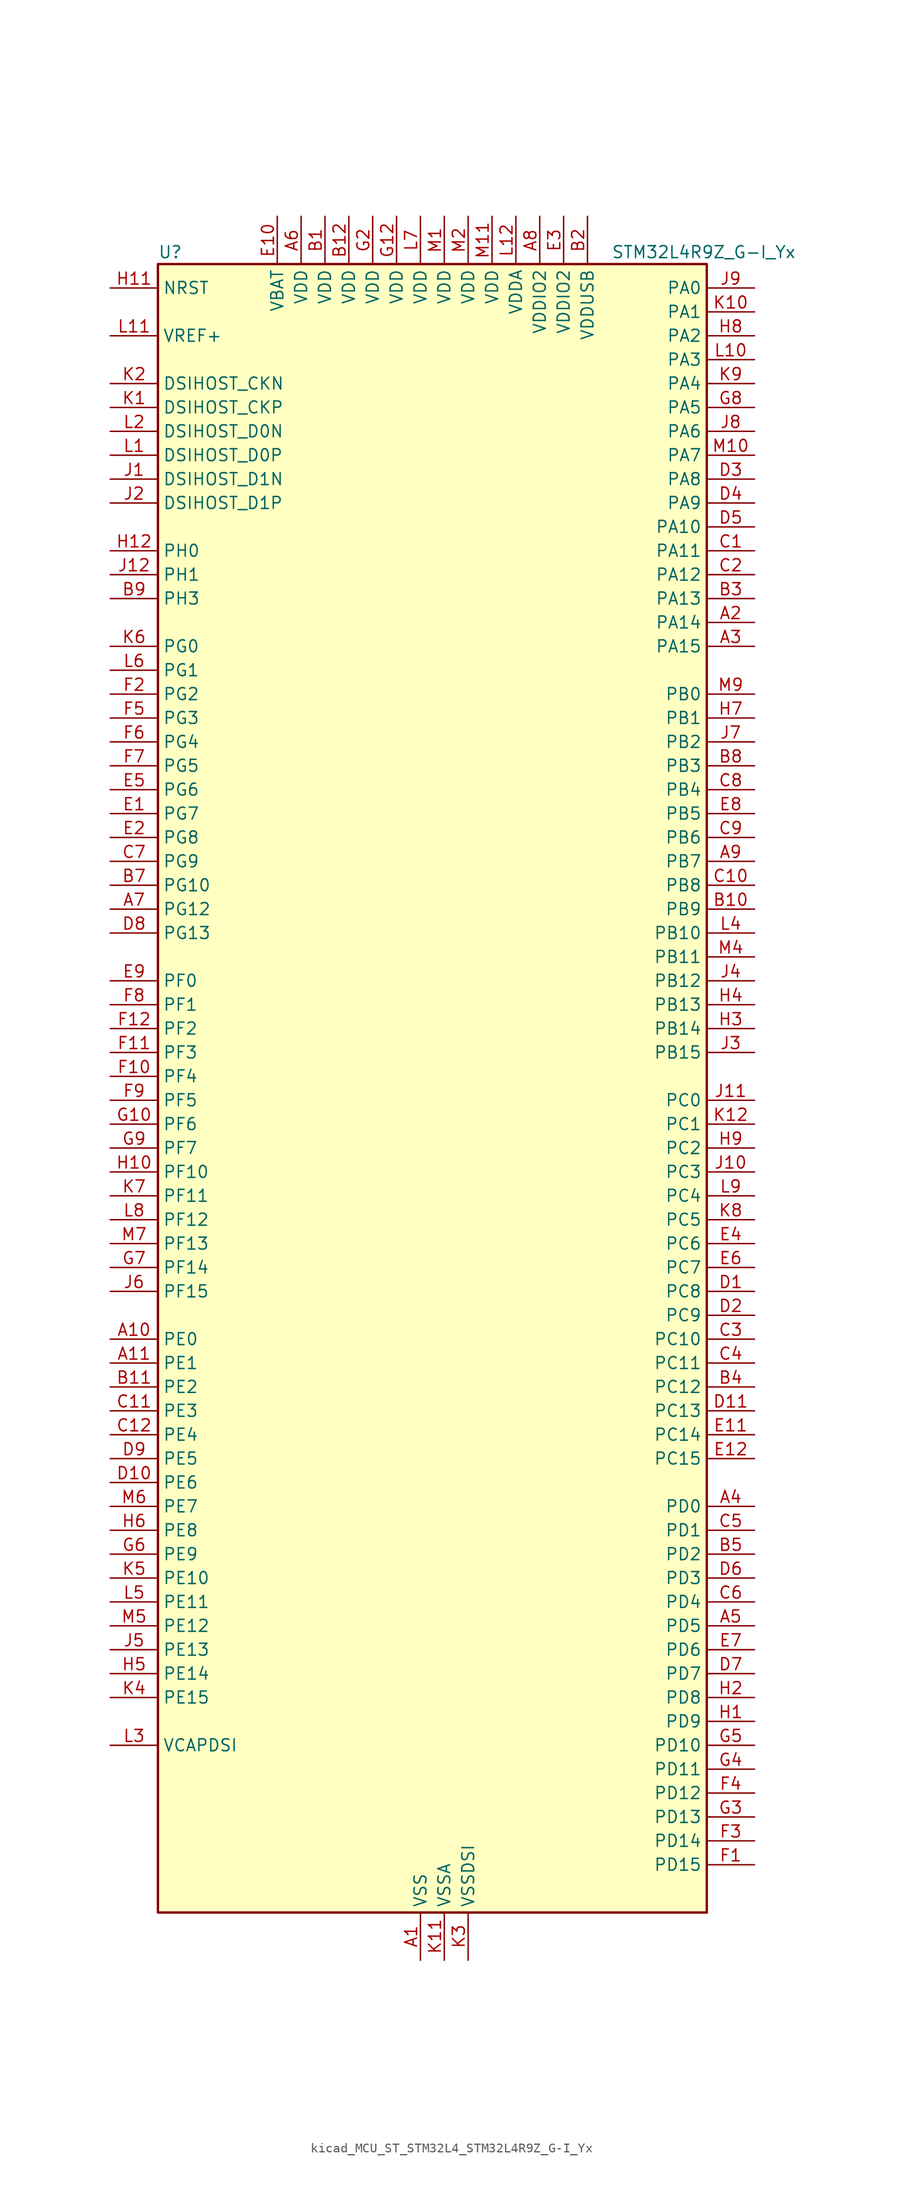
<source format=kicad_sym>
(kicad_symbol_lib
  (version 20220914)
  (generator kicad_symbol_editor)
  (symbol "kicad_MCU_ST_STM32L4_STM32L4R9Z_G-I_Yx"
    (property "Reference" "U"
      (at -27.94 90.17 0)
      (effects (font (size 1.27 1.27)) (justify left)))
    (property "Value" "STM32L4R9Z_G-I_Yx"
      (at 20.32 90.17 0)
      (effects (font (size 1.27 1.27)) (justify left)))
    (property "ki_locked" ""
      (at 0 0 0)
      (effects (font (size 1.27 1.27))))
    (symbol "kicad_MCU_ST_STM32L4_STM32L4R9Z_G-I_Yx_0_1"
      (rectangle (start -27.94 -86.36) (end 30.48 88.9) (stroke (width 0.254) (type default)) (fill (type background))))
    (symbol "kicad_MCU_ST_STM32L4_STM32L4R9Z_G-I_Yx_1_1"
      (pin power_in line (at 0 -91.44 90) (length 5.08) (name "VSS" (effects (font (size 1.27 1.27)))) (number "A1" (effects (font (size 1.27 1.27)))))
      (pin bidirectional line (at -33.02 -25.4 0) (length 5.08) (name "PE0" (effects (font (size 1.27 1.27)))) (number "A10" (effects (font (size 1.27 1.27)))) (alternate "DCMI_D2" bidirectional line) (alternate "FMC_NBL0" bidirectional line) (alternate "LTDC_HSYNC" bidirectional line) (alternate "TIM16_CH1" bidirectional line) (alternate "TIM4_ETR" bidirectional line))
      (pin bidirectional line (at -33.02 -27.94 0) (length 5.08) (name "PE1" (effects (font (size 1.27 1.27)))) (number "A11" (effects (font (size 1.27 1.27)))) (alternate "DCMI_D3" bidirectional line) (alternate "FMC_NBL1" bidirectional line) (alternate "LTDC_VSYNC" bidirectional line) (alternate "TIM17_CH1" bidirectional line))
      (pin passive line (at 0 -91.44 90) (length 5.08) hide (name "VSS" (effects (font (size 1.27 1.27)))) (number "A12" (effects (font (size 1.27 1.27)))))
      (pin bidirectional line (at 35.56 50.8 180) (length 5.08) (name "PA14" (effects (font (size 1.27 1.27)))) (number "A2" (effects (font (size 1.27 1.27)))) (alternate "I2C1_SMBA" bidirectional line) (alternate "I2C4_SMBA" bidirectional line) (alternate "LPTIM1_OUT" bidirectional line) (alternate "SAI1_FS_B" bidirectional line) (alternate "SYS_JTCK-SWCLK" bidirectional line) (alternate "USB_OTG_FS_SOF" bidirectional line))
      (pin bidirectional line (at 35.56 48.26 180) (length 5.08) (name "PA15" (effects (font (size 1.27 1.27)))) (number "A3" (effects (font (size 1.27 1.27)))) (alternate "ADC1_EXTI15" bidirectional line) (alternate "SAI2_FS_B" bidirectional line) (alternate "SPI1_NSS" bidirectional line) (alternate "SPI3_NSS" bidirectional line) (alternate "SYS_JTDI" bidirectional line) (alternate "TIM2_CH1" bidirectional line) (alternate "TIM2_ETR" bidirectional line) (alternate "TSC_G3_IO1" bidirectional line) (alternate "UART4_DE" bidirectional line) (alternate "UART4_RTS" bidirectional line) (alternate "USART2_RX" bidirectional line) (alternate "USART3_DE" bidirectional line) (alternate "USART3_RTS" bidirectional line))
      (pin bidirectional line (at 35.56 -43.18 180) (length 5.08) (name "PD0" (effects (font (size 1.27 1.27)))) (number "A4" (effects (font (size 1.27 1.27)))) (alternate "CAN1_RX" bidirectional line) (alternate "DFSDM1_DATIN7" bidirectional line) (alternate "FMC_D2" bidirectional line) (alternate "FMC_DA2" bidirectional line) (alternate "LTDC_B4" bidirectional line) (alternate "SPI2_NSS" bidirectional line))
      (pin bidirectional line (at 35.56 -55.88 180) (length 5.08) (name "PD5" (effects (font (size 1.27 1.27)))) (number "A5" (effects (font (size 1.27 1.27)))) (alternate "FMC_NWE" bidirectional line) (alternate "OCTOSPIM_P1_IO5" bidirectional line) (alternate "USART2_TX" bidirectional line))
      (pin power_in line (at -12.7 93.98 270) (length 5.08) (name "VDD" (effects (font (size 1.27 1.27)))) (number "A6" (effects (font (size 1.27 1.27)))))
      (pin bidirectional line (at -33.02 20.32 0) (length 5.08) (name "PG12" (effects (font (size 1.27 1.27)))) (number "A7" (effects (font (size 1.27 1.27)))) (alternate "FMC_NE4" bidirectional line) (alternate "LPTIM1_ETR" bidirectional line) (alternate "OCTOSPIM_P2_NCS" bidirectional line) (alternate "SAI2_SD_A" bidirectional line) (alternate "SPI3_NSS" bidirectional line) (alternate "USART1_DE" bidirectional line) (alternate "USART1_RTS" bidirectional line))
      (pin power_in line (at 12.7 93.98 270) (length 5.08) (name "VDDIO2" (effects (font (size 1.27 1.27)))) (number "A8" (effects (font (size 1.27 1.27)))))
      (pin bidirectional line (at 35.56 25.4 180) (length 5.08) (name "PB7" (effects (font (size 1.27 1.27)))) (number "A9" (effects (font (size 1.27 1.27)))) (alternate "COMP2_INM" bidirectional line) (alternate "DCMI_VSYNC" bidirectional line) (alternate "DFSDM1_CKIN5" bidirectional line) (alternate "DSIHOST_TE" bidirectional line) (alternate "FMC_NL" bidirectional line) (alternate "I2C1_SDA" bidirectional line) (alternate "I2C4_SDA" bidirectional line) (alternate "LPTIM1_IN2" bidirectional line) (alternate "SYS_PVD_IN" bidirectional line) (alternate "TIM17_CH1N" bidirectional line) (alternate "TIM4_CH2" bidirectional line) (alternate "TIM8_BKIN" bidirectional line) (alternate "TSC_G2_IO4" bidirectional line) (alternate "UART4_CTS" bidirectional line) (alternate "USART1_RX" bidirectional line))
      (pin power_in line (at -10.16 93.98 270) (length 5.08) (name "VDD" (effects (font (size 1.27 1.27)))) (number "B1" (effects (font (size 1.27 1.27)))))
      (pin bidirectional line (at 35.56 20.32 180) (length 5.08) (name "PB9" (effects (font (size 1.27 1.27)))) (number "B10" (effects (font (size 1.27 1.27)))) (alternate "CAN1_TX" bidirectional line) (alternate "DAC1_EXTI9" bidirectional line) (alternate "DCMI_D7" bidirectional line) (alternate "DFSDM1_CKIN6" bidirectional line) (alternate "I2C1_SDA" bidirectional line) (alternate "IR_OUT" bidirectional line) (alternate "SAI1_D2" bidirectional line) (alternate "SAI1_FS_A" bidirectional line) (alternate "SDMMC1_CDIR" bidirectional line) (alternate "SDMMC1_D5" bidirectional line) (alternate "SPI2_NSS" bidirectional line) (alternate "TIM17_CH1" bidirectional line) (alternate "TIM4_CH4" bidirectional line))
      (pin bidirectional line (at -33.02 -30.48 0) (length 5.08) (name "PE2" (effects (font (size 1.27 1.27)))) (number "B11" (effects (font (size 1.27 1.27)))) (alternate "FMC_A23" bidirectional line) (alternate "LTDC_R0" bidirectional line) (alternate "SAI1_CK1" bidirectional line) (alternate "SAI1_MCLK_A" bidirectional line) (alternate "SYS_TRACECLK" bidirectional line) (alternate "TIM3_ETR" bidirectional line) (alternate "TSC_G7_IO1" bidirectional line))
      (pin power_in line (at -7.62 93.98 270) (length 5.08) (name "VDD" (effects (font (size 1.27 1.27)))) (number "B12" (effects (font (size 1.27 1.27)))))
      (pin power_in line (at 17.78 93.98 270) (length 5.08) (name "VDDUSB" (effects (font (size 1.27 1.27)))) (number "B2" (effects (font (size 1.27 1.27)))))
      (pin bidirectional line (at 35.56 53.34 180) (length 5.08) (name "PA13" (effects (font (size 1.27 1.27)))) (number "B3" (effects (font (size 1.27 1.27)))) (alternate "IR_OUT" bidirectional line) (alternate "SAI1_SD_B" bidirectional line) (alternate "SYS_JTMS-SWDIO" bidirectional line) (alternate "USB_OTG_FS_NOE" bidirectional line))
      (pin bidirectional line (at 35.56 -30.48 180) (length 5.08) (name "PC12" (effects (font (size 1.27 1.27)))) (number "B4" (effects (font (size 1.27 1.27)))) (alternate "DCMI_D9" bidirectional line) (alternate "SAI2_SD_B" bidirectional line) (alternate "SDMMC1_CK" bidirectional line) (alternate "SPI3_MOSI" bidirectional line) (alternate "SYS_TRACED3" bidirectional line) (alternate "TSC_G3_IO4" bidirectional line) (alternate "UART5_TX" bidirectional line) (alternate "USART3_CK" bidirectional line))
      (pin bidirectional line (at 35.56 -48.26 180) (length 5.08) (name "PD2" (effects (font (size 1.27 1.27)))) (number "B5" (effects (font (size 1.27 1.27)))) (alternate "DCMI_D11" bidirectional line) (alternate "SDMMC1_CMD" bidirectional line) (alternate "SYS_TRACED2" bidirectional line) (alternate "TIM3_ETR" bidirectional line) (alternate "TSC_SYNC" bidirectional line) (alternate "UART5_RX" bidirectional line) (alternate "USART3_DE" bidirectional line) (alternate "USART3_RTS" bidirectional line))
      (pin passive line (at 0 -91.44 90) (length 5.08) hide (name "VSS" (effects (font (size 1.27 1.27)))) (number "B6" (effects (font (size 1.27 1.27)))))
      (pin bidirectional line (at -33.02 22.86 0) (length 5.08) (name "PG10" (effects (font (size 1.27 1.27)))) (number "B7" (effects (font (size 1.27 1.27)))) (alternate "FMC_NE3" bidirectional line) (alternate "LPTIM1_IN1" bidirectional line) (alternate "OCTOSPIM_P2_IO7" bidirectional line) (alternate "SAI2_FS_A" bidirectional line) (alternate "SPI3_MISO" bidirectional line) (alternate "TIM15_CH1" bidirectional line) (alternate "USART1_RX" bidirectional line))
      (pin bidirectional line (at 35.56 35.56 180) (length 5.08) (name "PB3" (effects (font (size 1.27 1.27)))) (number "B8" (effects (font (size 1.27 1.27)))) (alternate "COMP2_INM" bidirectional line) (alternate "CRS_SYNC" bidirectional line) (alternate "SAI1_SCK_B" bidirectional line) (alternate "SPI1_SCK" bidirectional line) (alternate "SPI3_SCK" bidirectional line) (alternate "SYS_JTDO-SWO" bidirectional line) (alternate "TIM2_CH2" bidirectional line) (alternate "USART1_DE" bidirectional line) (alternate "USART1_RTS" bidirectional line))
      (pin bidirectional line (at -33.02 53.34 0) (length 5.08) (name "PH3" (effects (font (size 1.27 1.27)))) (number "B9" (effects (font (size 1.27 1.27)))))
      (pin bidirectional line (at 35.56 58.42 180) (length 5.08) (name "PA11" (effects (font (size 1.27 1.27)))) (number "C1" (effects (font (size 1.27 1.27)))) (alternate "ADC1_EXTI11" bidirectional line) (alternate "CAN1_RX" bidirectional line) (alternate "SPI1_MISO" bidirectional line) (alternate "TIM1_BKIN2" bidirectional line) (alternate "TIM1_CH4" bidirectional line) (alternate "USART1_CTS" bidirectional line) (alternate "USART1_NSS" bidirectional line) (alternate "USB_OTG_FS_DM" bidirectional line))
      (pin bidirectional line (at 35.56 22.86 180) (length 5.08) (name "PB8" (effects (font (size 1.27 1.27)))) (number "C10" (effects (font (size 1.27 1.27)))) (alternate "CAN1_RX" bidirectional line) (alternate "DCMI_D6" bidirectional line) (alternate "DFSDM1_CKOUT" bidirectional line) (alternate "DFSDM1_DATIN6" bidirectional line) (alternate "I2C1_SCL" bidirectional line) (alternate "LTDC_B1" bidirectional line) (alternate "SAI1_CK1" bidirectional line) (alternate "SAI1_MCLK_A" bidirectional line) (alternate "SDMMC1_CKIN" bidirectional line) (alternate "SDMMC1_D4" bidirectional line) (alternate "TIM16_CH1" bidirectional line) (alternate "TIM4_CH3" bidirectional line))
      (pin bidirectional line (at -33.02 -33.02 0) (length 5.08) (name "PE3" (effects (font (size 1.27 1.27)))) (number "C11" (effects (font (size 1.27 1.27)))) (alternate "FMC_A19" bidirectional line) (alternate "LTDC_R1" bidirectional line) (alternate "OCTOSPIM_P1_DQS" bidirectional line) (alternate "SAI1_SD_B" bidirectional line) (alternate "SYS_TRACED0" bidirectional line) (alternate "TIM3_CH1" bidirectional line) (alternate "TSC_G7_IO2" bidirectional line))
      (pin bidirectional line (at -33.02 -35.56 0) (length 5.08) (name "PE4" (effects (font (size 1.27 1.27)))) (number "C12" (effects (font (size 1.27 1.27)))) (alternate "DCMI_D4" bidirectional line) (alternate "DFSDM1_DATIN3" bidirectional line) (alternate "FMC_A20" bidirectional line) (alternate "LTDC_B0" bidirectional line) (alternate "SAI1_D2" bidirectional line) (alternate "SAI1_FS_A" bidirectional line) (alternate "SYS_TRACED1" bidirectional line) (alternate "TIM3_CH2" bidirectional line) (alternate "TSC_G7_IO3" bidirectional line))
      (pin bidirectional line (at 35.56 55.88 180) (length 5.08) (name "PA12" (effects (font (size 1.27 1.27)))) (number "C2" (effects (font (size 1.27 1.27)))) (alternate "CAN1_TX" bidirectional line) (alternate "SPI1_MOSI" bidirectional line) (alternate "TIM1_ETR" bidirectional line) (alternate "USART1_DE" bidirectional line) (alternate "USART1_RTS" bidirectional line) (alternate "USB_OTG_FS_DP" bidirectional line))
      (pin bidirectional line (at 35.56 -25.4 180) (length 5.08) (name "PC10" (effects (font (size 1.27 1.27)))) (number "C3" (effects (font (size 1.27 1.27)))) (alternate "DCMI_D8" bidirectional line) (alternate "SAI2_SCK_B" bidirectional line) (alternate "SDMMC1_D2" bidirectional line) (alternate "SPI3_SCK" bidirectional line) (alternate "SYS_TRACED1" bidirectional line) (alternate "TSC_G3_IO2" bidirectional line) (alternate "UART4_TX" bidirectional line) (alternate "USART3_TX" bidirectional line))
      (pin bidirectional line (at 35.56 -27.94 180) (length 5.08) (name "PC11" (effects (font (size 1.27 1.27)))) (number "C4" (effects (font (size 1.27 1.27)))) (alternate "ADC1_EXTI11" bidirectional line) (alternate "DCMI_D2" bidirectional line) (alternate "DCMI_D4" bidirectional line) (alternate "OCTOSPIM_P1_NCS" bidirectional line) (alternate "SAI2_MCLK_B" bidirectional line) (alternate "SDMMC1_D3" bidirectional line) (alternate "SPI3_MISO" bidirectional line) (alternate "TSC_G3_IO3" bidirectional line) (alternate "UART4_RX" bidirectional line) (alternate "USART3_RX" bidirectional line))
      (pin bidirectional line (at 35.56 -45.72 180) (length 5.08) (name "PD1" (effects (font (size 1.27 1.27)))) (number "C5" (effects (font (size 1.27 1.27)))) (alternate "CAN1_TX" bidirectional line) (alternate "DFSDM1_CKIN7" bidirectional line) (alternate "FMC_D3" bidirectional line) (alternate "FMC_DA3" bidirectional line) (alternate "LTDC_B5" bidirectional line) (alternate "SPI2_SCK" bidirectional line))
      (pin bidirectional line (at 35.56 -53.34 180) (length 5.08) (name "PD4" (effects (font (size 1.27 1.27)))) (number "C6" (effects (font (size 1.27 1.27)))) (alternate "DFSDM1_CKIN0" bidirectional line) (alternate "FMC_NOE" bidirectional line) (alternate "OCTOSPIM_P1_IO4" bidirectional line) (alternate "SPI2_MOSI" bidirectional line) (alternate "USART2_DE" bidirectional line) (alternate "USART2_RTS" bidirectional line))
      (pin bidirectional line (at -33.02 25.4 0) (length 5.08) (name "PG9" (effects (font (size 1.27 1.27)))) (number "C7" (effects (font (size 1.27 1.27)))) (alternate "DAC1_EXTI9" bidirectional line) (alternate "FMC_NCE" bidirectional line) (alternate "FMC_NE2" bidirectional line) (alternate "OCTOSPIM_P2_IO6" bidirectional line) (alternate "SAI2_SCK_A" bidirectional line) (alternate "SPI3_SCK" bidirectional line) (alternate "TIM15_CH1N" bidirectional line) (alternate "USART1_TX" bidirectional line))
      (pin bidirectional line (at 35.56 33.02 180) (length 5.08) (name "PB4" (effects (font (size 1.27 1.27)))) (number "C8" (effects (font (size 1.27 1.27)))) (alternate "COMP2_INP" bidirectional line) (alternate "DCMI_D12" bidirectional line) (alternate "I2C3_SDA" bidirectional line) (alternate "SAI1_MCLK_B" bidirectional line) (alternate "SPI1_MISO" bidirectional line) (alternate "SPI3_MISO" bidirectional line) (alternate "SYS_JTRST" bidirectional line) (alternate "TIM17_BKIN" bidirectional line) (alternate "TIM3_CH1" bidirectional line) (alternate "TSC_G2_IO1" bidirectional line) (alternate "UART5_DE" bidirectional line) (alternate "UART5_RTS" bidirectional line) (alternate "USART1_CTS" bidirectional line) (alternate "USART1_NSS" bidirectional line))
      (pin bidirectional line (at 35.56 27.94 180) (length 5.08) (name "PB6" (effects (font (size 1.27 1.27)))) (number "C9" (effects (font (size 1.27 1.27)))) (alternate "COMP2_INP" bidirectional line) (alternate "DCMI_D5" bidirectional line) (alternate "DFSDM1_DATIN5" bidirectional line) (alternate "I2C1_SCL" bidirectional line) (alternate "I2C4_SCL" bidirectional line) (alternate "LPTIM1_ETR" bidirectional line) (alternate "SAI1_FS_B" bidirectional line) (alternate "TIM16_CH1N" bidirectional line) (alternate "TIM4_CH1" bidirectional line) (alternate "TIM8_BKIN2" bidirectional line) (alternate "TSC_G2_IO3" bidirectional line) (alternate "USART1_TX" bidirectional line))
      (pin bidirectional line (at 35.56 -20.32 180) (length 5.08) (name "PC8" (effects (font (size 1.27 1.27)))) (number "D1" (effects (font (size 1.27 1.27)))) (alternate "DCMI_D2" bidirectional line) (alternate "SDMMC1_D0" bidirectional line) (alternate "TIM3_CH3" bidirectional line) (alternate "TIM8_CH3" bidirectional line) (alternate "TSC_G4_IO3" bidirectional line))
      (pin bidirectional line (at -33.02 -40.64 0) (length 5.08) (name "PE6" (effects (font (size 1.27 1.27)))) (number "D10" (effects (font (size 1.27 1.27)))) (alternate "DCMI_D7" bidirectional line) (alternate "FMC_A22" bidirectional line) (alternate "LTDC_G1" bidirectional line) (alternate "RTC_TAMP3" bidirectional line) (alternate "SAI1_D1" bidirectional line) (alternate "SAI1_SD_A" bidirectional line) (alternate "SYS_TRACED3" bidirectional line) (alternate "SYS_WKUP3" bidirectional line) (alternate "TIM3_CH4" bidirectional line))
      (pin bidirectional line (at 35.56 -33.02 180) (length 5.08) (name "PC13" (effects (font (size 1.27 1.27)))) (number "D11" (effects (font (size 1.27 1.27)))) (alternate "RTC_OUT_ALARM" bidirectional line) (alternate "RTC_OUT_CALIB" bidirectional line) (alternate "RTC_TAMP1" bidirectional line) (alternate "RTC_TS" bidirectional line) (alternate "SYS_WKUP2" bidirectional line))
      (pin passive line (at 0 -91.44 90) (length 5.08) hide (name "VSS" (effects (font (size 1.27 1.27)))) (number "D12" (effects (font (size 1.27 1.27)))))
      (pin bidirectional line (at 35.56 -22.86 180) (length 5.08) (name "PC9" (effects (font (size 1.27 1.27)))) (number "D2" (effects (font (size 1.27 1.27)))) (alternate "DAC1_EXTI9" bidirectional line) (alternate "DCMI_D3" bidirectional line) (alternate "I2C3_SDA" bidirectional line) (alternate "SAI2_EXTCLK" bidirectional line) (alternate "SDMMC1_D1" bidirectional line) (alternate "SYS_TRACED0" bidirectional line) (alternate "TIM3_CH4" bidirectional line) (alternate "TIM8_BKIN2" bidirectional line) (alternate "TIM8_CH4" bidirectional line) (alternate "TSC_G4_IO4" bidirectional line) (alternate "USB_OTG_FS_NOE" bidirectional line))
      (pin bidirectional line (at 35.56 66.04 180) (length 5.08) (name "PA8" (effects (font (size 1.27 1.27)))) (number "D3" (effects (font (size 1.27 1.27)))) (alternate "LPTIM2_OUT" bidirectional line) (alternate "RCC_MCO" bidirectional line) (alternate "SAI1_CK2" bidirectional line) (alternate "SAI1_SCK_A" bidirectional line) (alternate "TIM1_CH1" bidirectional line) (alternate "USART1_CK" bidirectional line) (alternate "USB_OTG_FS_SOF" bidirectional line))
      (pin bidirectional line (at 35.56 63.5 180) (length 5.08) (name "PA9" (effects (font (size 1.27 1.27)))) (number "D4" (effects (font (size 1.27 1.27)))) (alternate "DAC1_EXTI9" bidirectional line) (alternate "DCMI_D0" bidirectional line) (alternate "SAI1_FS_A" bidirectional line) (alternate "SPI2_SCK" bidirectional line) (alternate "TIM15_BKIN" bidirectional line) (alternate "TIM1_CH2" bidirectional line) (alternate "USART1_TX" bidirectional line) (alternate "USB_OTG_FS_VBUS" bidirectional line))
      (pin bidirectional line (at 35.56 60.96 180) (length 5.08) (name "PA10" (effects (font (size 1.27 1.27)))) (number "D5" (effects (font (size 1.27 1.27)))) (alternate "DCMI_D1" bidirectional line) (alternate "SAI1_D1" bidirectional line) (alternate "SAI1_SD_A" bidirectional line) (alternate "TIM17_BKIN" bidirectional line) (alternate "TIM1_CH3" bidirectional line) (alternate "USART1_RX" bidirectional line) (alternate "USB_OTG_FS_ID" bidirectional line))
      (pin bidirectional line (at 35.56 -50.8 180) (length 5.08) (name "PD3" (effects (font (size 1.27 1.27)))) (number "D6" (effects (font (size 1.27 1.27)))) (alternate "DCMI_D5" bidirectional line) (alternate "DFSDM1_DATIN0" bidirectional line) (alternate "FMC_CLK" bidirectional line) (alternate "LTDC_CLK" bidirectional line) (alternate "OCTOSPIM_P2_NCS" bidirectional line) (alternate "SPI2_MISO" bidirectional line) (alternate "SPI2_SCK" bidirectional line) (alternate "USART2_CTS" bidirectional line) (alternate "USART2_NSS" bidirectional line))
      (pin bidirectional line (at 35.56 -60.96 180) (length 5.08) (name "PD7" (effects (font (size 1.27 1.27)))) (number "D7" (effects (font (size 1.27 1.27)))) (alternate "DFSDM1_CKIN1" bidirectional line) (alternate "FMC_NCE" bidirectional line) (alternate "FMC_NE1" bidirectional line) (alternate "OCTOSPIM_P1_IO7" bidirectional line) (alternate "USART2_CK" bidirectional line))
      (pin bidirectional line (at -33.02 17.78 0) (length 5.08) (name "PG13" (effects (font (size 1.27 1.27)))) (number "D8" (effects (font (size 1.27 1.27)))) (alternate "FMC_A24" bidirectional line) (alternate "I2C1_SDA" bidirectional line) (alternate "LTDC_R0" bidirectional line) (alternate "USART1_CK" bidirectional line))
      (pin bidirectional line (at -33.02 -38.1 0) (length 5.08) (name "PE5" (effects (font (size 1.27 1.27)))) (number "D9" (effects (font (size 1.27 1.27)))) (alternate "DCMI_D6" bidirectional line) (alternate "DFSDM1_CKIN3" bidirectional line) (alternate "FMC_A21" bidirectional line) (alternate "LTDC_G0" bidirectional line) (alternate "SAI1_CK2" bidirectional line) (alternate "SAI1_SCK_A" bidirectional line) (alternate "SYS_TRACED2" bidirectional line) (alternate "TIM3_CH3" bidirectional line) (alternate "TSC_G7_IO4" bidirectional line))
      (pin bidirectional line (at -33.02 30.48 0) (length 5.08) (name "PG7" (effects (font (size 1.27 1.27)))) (number "E1" (effects (font (size 1.27 1.27)))) (alternate "DFSDM1_CKOUT" bidirectional line) (alternate "FMC_INT" bidirectional line) (alternate "I2C3_SCL" bidirectional line) (alternate "LPUART1_TX" bidirectional line) (alternate "OCTOSPIM_P2_DQS" bidirectional line) (alternate "SAI1_CK1" bidirectional line) (alternate "SAI1_MCLK_A" bidirectional line))
      (pin power_in line (at -15.24 93.98 270) (length 5.08) (name "VBAT" (effects (font (size 1.27 1.27)))) (number "E10" (effects (font (size 1.27 1.27)))))
      (pin bidirectional line (at 35.56 -35.56 180) (length 5.08) (name "PC14" (effects (font (size 1.27 1.27)))) (number "E11" (effects (font (size 1.27 1.27)))) (alternate "RCC_OSC32_IN" bidirectional line))
      (pin bidirectional line (at 35.56 -38.1 180) (length 5.08) (name "PC15" (effects (font (size 1.27 1.27)))) (number "E12" (effects (font (size 1.27 1.27)))) (alternate "ADC1_EXTI15" bidirectional line) (alternate "RCC_OSC32_OUT" bidirectional line))
      (pin bidirectional line (at -33.02 27.94 0) (length 5.08) (name "PG8" (effects (font (size 1.27 1.27)))) (number "E2" (effects (font (size 1.27 1.27)))) (alternate "I2C3_SDA" bidirectional line) (alternate "LPUART1_RX" bidirectional line))
      (pin power_in line (at 15.24 93.98 270) (length 5.08) (name "VDDIO2" (effects (font (size 1.27 1.27)))) (number "E3" (effects (font (size 1.27 1.27)))))
      (pin bidirectional line (at 35.56 -15.24 180) (length 5.08) (name "PC6" (effects (font (size 1.27 1.27)))) (number "E4" (effects (font (size 1.27 1.27)))) (alternate "DCMI_D0" bidirectional line) (alternate "DFSDM1_CKIN3" bidirectional line) (alternate "LTDC_R0" bidirectional line) (alternate "SAI2_MCLK_A" bidirectional line) (alternate "SDMMC1_D0DIR" bidirectional line) (alternate "SDMMC1_D6" bidirectional line) (alternate "TIM3_CH1" bidirectional line) (alternate "TIM8_CH1" bidirectional line) (alternate "TSC_G4_IO1" bidirectional line))
      (pin bidirectional line (at -33.02 33.02 0) (length 5.08) (name "PG6" (effects (font (size 1.27 1.27)))) (number "E5" (effects (font (size 1.27 1.27)))) (alternate "DSIHOST_TE" bidirectional line) (alternate "I2C3_SMBA" bidirectional line) (alternate "LPUART1_DE" bidirectional line) (alternate "LPUART1_RTS" bidirectional line) (alternate "LTDC_R1" bidirectional line) (alternate "OCTOSPIM_P1_DQS" bidirectional line))
      (pin bidirectional line (at 35.56 -17.78 180) (length 5.08) (name "PC7" (effects (font (size 1.27 1.27)))) (number "E6" (effects (font (size 1.27 1.27)))) (alternate "DCMI_D1" bidirectional line) (alternate "DFSDM1_DATIN3" bidirectional line) (alternate "LTDC_R1" bidirectional line) (alternate "SAI2_MCLK_B" bidirectional line) (alternate "SDMMC1_D123DIR" bidirectional line) (alternate "SDMMC1_D7" bidirectional line) (alternate "TIM3_CH2" bidirectional line) (alternate "TIM8_CH2" bidirectional line) (alternate "TSC_G4_IO2" bidirectional line))
      (pin bidirectional line (at 35.56 -58.42 180) (length 5.08) (name "PD6" (effects (font (size 1.27 1.27)))) (number "E7" (effects (font (size 1.27 1.27)))) (alternate "DCMI_D10" bidirectional line) (alternate "DFSDM1_DATIN1" bidirectional line) (alternate "FMC_NWAIT" bidirectional line) (alternate "LTDC_DE" bidirectional line) (alternate "OCTOSPIM_P1_IO6" bidirectional line) (alternate "SAI1_D1" bidirectional line) (alternate "SAI1_SD_A" bidirectional line) (alternate "SPI3_MOSI" bidirectional line) (alternate "USART2_RX" bidirectional line))
      (pin bidirectional line (at 35.56 30.48 180) (length 5.08) (name "PB5" (effects (font (size 1.27 1.27)))) (number "E8" (effects (font (size 1.27 1.27)))) (alternate "COMP2_OUT" bidirectional line) (alternate "DCMI_D10" bidirectional line) (alternate "I2C1_SMBA" bidirectional line) (alternate "LPTIM1_IN1" bidirectional line) (alternate "SAI1_SD_B" bidirectional line) (alternate "SPI1_MOSI" bidirectional line) (alternate "SPI3_MOSI" bidirectional line) (alternate "TIM16_BKIN" bidirectional line) (alternate "TIM3_CH2" bidirectional line) (alternate "TSC_G2_IO2" bidirectional line) (alternate "UART5_CTS" bidirectional line) (alternate "USART1_CK" bidirectional line))
      (pin bidirectional line (at -33.02 12.7 0) (length 5.08) (name "PF0" (effects (font (size 1.27 1.27)))) (number "E9" (effects (font (size 1.27 1.27)))) (alternate "FMC_A0" bidirectional line) (alternate "I2C2_SDA" bidirectional line) (alternate "OCTOSPIM_P2_IO0" bidirectional line))
      (pin bidirectional line (at 35.56 -81.28 180) (length 5.08) (name "PD15" (effects (font (size 1.27 1.27)))) (number "F1" (effects (font (size 1.27 1.27)))) (alternate "ADC1_EXTI15" bidirectional line) (alternate "FMC_D1" bidirectional line) (alternate "FMC_DA1" bidirectional line) (alternate "LTDC_B3" bidirectional line) (alternate "TIM4_CH4" bidirectional line))
      (pin bidirectional line (at -33.02 2.54 0) (length 5.08) (name "PF4" (effects (font (size 1.27 1.27)))) (number "F10" (effects (font (size 1.27 1.27)))) (alternate "FMC_A4" bidirectional line) (alternate "OCTOSPIM_P2_CLK" bidirectional line))
      (pin bidirectional line (at -33.02 5.08 0) (length 5.08) (name "PF3" (effects (font (size 1.27 1.27)))) (number "F11" (effects (font (size 1.27 1.27)))) (alternate "FMC_A3" bidirectional line) (alternate "OCTOSPIM_P2_IO3" bidirectional line))
      (pin bidirectional line (at -33.02 7.62 0) (length 5.08) (name "PF2" (effects (font (size 1.27 1.27)))) (number "F12" (effects (font (size 1.27 1.27)))) (alternate "FMC_A2" bidirectional line) (alternate "I2C2_SMBA" bidirectional line) (alternate "OCTOSPIM_P2_IO2" bidirectional line))
      (pin bidirectional line (at -33.02 43.18 0) (length 5.08) (name "PG2" (effects (font (size 1.27 1.27)))) (number "F2" (effects (font (size 1.27 1.27)))) (alternate "FMC_A12" bidirectional line) (alternate "SAI2_SCK_B" bidirectional line) (alternate "SPI1_SCK" bidirectional line))
      (pin bidirectional line (at 35.56 -78.74 180) (length 5.08) (name "PD14" (effects (font (size 1.27 1.27)))) (number "F3" (effects (font (size 1.27 1.27)))) (alternate "FMC_D0" bidirectional line) (alternate "FMC_DA0" bidirectional line) (alternate "LTDC_B2" bidirectional line) (alternate "TIM4_CH3" bidirectional line))
      (pin bidirectional line (at 35.56 -73.66 180) (length 5.08) (name "PD12" (effects (font (size 1.27 1.27)))) (number "F4" (effects (font (size 1.27 1.27)))) (alternate "FMC_A17" bidirectional line) (alternate "FMC_ALE" bidirectional line) (alternate "I2C4_SCL" bidirectional line) (alternate "LPTIM2_IN1" bidirectional line) (alternate "LTDC_R7" bidirectional line) (alternate "SAI2_FS_A" bidirectional line) (alternate "TIM4_CH1" bidirectional line) (alternate "TSC_G6_IO3" bidirectional line) (alternate "USART3_DE" bidirectional line) (alternate "USART3_RTS" bidirectional line))
      (pin bidirectional line (at -33.02 40.64 0) (length 5.08) (name "PG3" (effects (font (size 1.27 1.27)))) (number "F5" (effects (font (size 1.27 1.27)))) (alternate "FMC_A13" bidirectional line) (alternate "SAI2_FS_B" bidirectional line) (alternate "SPI1_MISO" bidirectional line))
      (pin bidirectional line (at -33.02 38.1 0) (length 5.08) (name "PG4" (effects (font (size 1.27 1.27)))) (number "F6" (effects (font (size 1.27 1.27)))) (alternate "FMC_A14" bidirectional line) (alternate "SAI2_MCLK_B" bidirectional line) (alternate "SPI1_MOSI" bidirectional line))
      (pin bidirectional line (at -33.02 35.56 0) (length 5.08) (name "PG5" (effects (font (size 1.27 1.27)))) (number "F7" (effects (font (size 1.27 1.27)))) (alternate "FMC_A15" bidirectional line) (alternate "LPUART1_CTS" bidirectional line) (alternate "SAI2_SD_B" bidirectional line) (alternate "SPI1_NSS" bidirectional line))
      (pin bidirectional line (at -33.02 10.16 0) (length 5.08) (name "PF1" (effects (font (size 1.27 1.27)))) (number "F8" (effects (font (size 1.27 1.27)))) (alternate "FMC_A1" bidirectional line) (alternate "I2C2_SCL" bidirectional line) (alternate "OCTOSPIM_P2_IO1" bidirectional line))
      (pin bidirectional line (at -33.02 0 0) (length 5.08) (name "PF5" (effects (font (size 1.27 1.27)))) (number "F9" (effects (font (size 1.27 1.27)))) (alternate "FMC_A5" bidirectional line))
      (pin passive line (at 0 -91.44 90) (length 5.08) hide (name "VSS" (effects (font (size 1.27 1.27)))) (number "G1" (effects (font (size 1.27 1.27)))))
      (pin bidirectional line (at -33.02 -2.54 0) (length 5.08) (name "PF6" (effects (font (size 1.27 1.27)))) (number "G10" (effects (font (size 1.27 1.27)))) (alternate "OCTOSPIM_P1_IO3" bidirectional line) (alternate "SAI1_SD_B" bidirectional line) (alternate "TIM5_CH1" bidirectional line) (alternate "TIM5_ETR" bidirectional line))
      (pin passive line (at 0 -91.44 90) (length 5.08) hide (name "VSS" (effects (font (size 1.27 1.27)))) (number "G11" (effects (font (size 1.27 1.27)))))
      (pin power_in line (at -2.54 93.98 270) (length 5.08) (name "VDD" (effects (font (size 1.27 1.27)))) (number "G12" (effects (font (size 1.27 1.27)))))
      (pin power_in line (at -5.08 93.98 270) (length 5.08) (name "VDD" (effects (font (size 1.27 1.27)))) (number "G2" (effects (font (size 1.27 1.27)))))
      (pin bidirectional line (at 35.56 -76.2 180) (length 5.08) (name "PD13" (effects (font (size 1.27 1.27)))) (number "G3" (effects (font (size 1.27 1.27)))) (alternate "FMC_A18" bidirectional line) (alternate "I2C4_SDA" bidirectional line) (alternate "LPTIM2_OUT" bidirectional line) (alternate "TIM4_CH2" bidirectional line) (alternate "TSC_G6_IO4" bidirectional line))
      (pin bidirectional line (at 35.56 -71.12 180) (length 5.08) (name "PD11" (effects (font (size 1.27 1.27)))) (number "G4" (effects (font (size 1.27 1.27)))) (alternate "ADC1_EXTI11" bidirectional line) (alternate "FMC_A16" bidirectional line) (alternate "FMC_CLE" bidirectional line) (alternate "I2C4_SMBA" bidirectional line) (alternate "LPTIM2_ETR" bidirectional line) (alternate "LTDC_R6" bidirectional line) (alternate "SAI2_SD_A" bidirectional line) (alternate "TSC_G6_IO2" bidirectional line) (alternate "USART3_CTS" bidirectional line) (alternate "USART3_NSS" bidirectional line))
      (pin bidirectional line (at 35.56 -68.58 180) (length 5.08) (name "PD10" (effects (font (size 1.27 1.27)))) (number "G5" (effects (font (size 1.27 1.27)))) (alternate "FMC_D15" bidirectional line) (alternate "FMC_DA15" bidirectional line) (alternate "LTDC_R5" bidirectional line) (alternate "SAI2_SCK_A" bidirectional line) (alternate "TSC_G6_IO1" bidirectional line) (alternate "USART3_CK" bidirectional line))
      (pin bidirectional line (at -33.02 -48.26 0) (length 5.08) (name "PE9" (effects (font (size 1.27 1.27)))) (number "G6" (effects (font (size 1.27 1.27)))) (alternate "DAC1_EXTI9" bidirectional line) (alternate "DFSDM1_CKOUT" bidirectional line) (alternate "FMC_D6" bidirectional line) (alternate "FMC_DA6" bidirectional line) (alternate "LTDC_G2" bidirectional line) (alternate "SAI1_FS_B" bidirectional line) (alternate "TIM1_CH1" bidirectional line))
      (pin bidirectional line (at -33.02 -17.78 0) (length 5.08) (name "PF14" (effects (font (size 1.27 1.27)))) (number "G7" (effects (font (size 1.27 1.27)))) (alternate "DFSDM1_CKIN6" bidirectional line) (alternate "FMC_A8" bidirectional line) (alternate "I2C4_SCL" bidirectional line) (alternate "LTDC_G0" bidirectional line) (alternate "TSC_G8_IO1" bidirectional line))
      (pin bidirectional line (at 35.56 73.66 180) (length 5.08) (name "PA5" (effects (font (size 1.27 1.27)))) (number "G8" (effects (font (size 1.27 1.27)))) (alternate "ADC1_IN10" bidirectional line) (alternate "DAC1_OUT2" bidirectional line) (alternate "LPTIM2_ETR" bidirectional line) (alternate "SPI1_SCK" bidirectional line) (alternate "TIM2_CH1" bidirectional line) (alternate "TIM2_ETR" bidirectional line) (alternate "TIM8_CH1N" bidirectional line))
      (pin bidirectional line (at -33.02 -5.08 0) (length 5.08) (name "PF7" (effects (font (size 1.27 1.27)))) (number "G9" (effects (font (size 1.27 1.27)))) (alternate "OCTOSPIM_P1_IO2" bidirectional line) (alternate "SAI1_MCLK_B" bidirectional line) (alternate "TIM5_CH2" bidirectional line))
      (pin bidirectional line (at 35.56 -66.04 180) (length 5.08) (name "PD9" (effects (font (size 1.27 1.27)))) (number "H1" (effects (font (size 1.27 1.27)))) (alternate "DAC1_EXTI9" bidirectional line) (alternate "DCMI_PIXCLK" bidirectional line) (alternate "FMC_D14" bidirectional line) (alternate "FMC_DA14" bidirectional line) (alternate "LTDC_R4" bidirectional line) (alternate "SAI2_MCLK_A" bidirectional line) (alternate "USART3_RX" bidirectional line))
      (pin bidirectional line (at -33.02 -7.62 0) (length 5.08) (name "PF10" (effects (font (size 1.27 1.27)))) (number "H10" (effects (font (size 1.27 1.27)))) (alternate "DCMI_D11" bidirectional line) (alternate "DFSDM1_CKOUT" bidirectional line) (alternate "OCTOSPIM_P1_CLK" bidirectional line) (alternate "SAI1_D3" bidirectional line) (alternate "TIM15_CH2" bidirectional line))
      (pin input line (at -33.02 86.36 0) (length 5.08) (name "NRST" (effects (font (size 1.27 1.27)))) (number "H11" (effects (font (size 1.27 1.27)))))
      (pin bidirectional line (at -33.02 58.42 0) (length 5.08) (name "PH0" (effects (font (size 1.27 1.27)))) (number "H12" (effects (font (size 1.27 1.27)))) (alternate "RCC_OSC_IN" bidirectional line))
      (pin bidirectional line (at 35.56 -63.5 180) (length 5.08) (name "PD8" (effects (font (size 1.27 1.27)))) (number "H2" (effects (font (size 1.27 1.27)))) (alternate "DCMI_HSYNC" bidirectional line) (alternate "FMC_D13" bidirectional line) (alternate "FMC_DA13" bidirectional line) (alternate "LTDC_R3" bidirectional line) (alternate "USART3_TX" bidirectional line))
      (pin bidirectional line (at 35.56 7.62 180) (length 5.08) (name "PB14" (effects (font (size 1.27 1.27)))) (number "H3" (effects (font (size 1.27 1.27)))) (alternate "DFSDM1_DATIN2" bidirectional line) (alternate "I2C2_SDA" bidirectional line) (alternate "SAI2_MCLK_A" bidirectional line) (alternate "SPI2_MISO" bidirectional line) (alternate "TIM15_CH1" bidirectional line) (alternate "TIM1_CH2N" bidirectional line) (alternate "TIM8_CH2N" bidirectional line) (alternate "TSC_G1_IO3" bidirectional line) (alternate "USART3_DE" bidirectional line) (alternate "USART3_RTS" bidirectional line))
      (pin bidirectional line (at 35.56 10.16 180) (length 5.08) (name "PB13" (effects (font (size 1.27 1.27)))) (number "H4" (effects (font (size 1.27 1.27)))) (alternate "DFSDM1_CKIN1" bidirectional line) (alternate "I2C2_SCL" bidirectional line) (alternate "LPUART1_CTS" bidirectional line) (alternate "SAI2_SCK_A" bidirectional line) (alternate "SPI2_SCK" bidirectional line) (alternate "TIM15_CH1N" bidirectional line) (alternate "TIM1_CH1N" bidirectional line) (alternate "TSC_G1_IO2" bidirectional line) (alternate "USART3_CTS" bidirectional line) (alternate "USART3_NSS" bidirectional line))
      (pin bidirectional line (at -33.02 -60.96 0) (length 5.08) (name "PE14" (effects (font (size 1.27 1.27)))) (number "H5" (effects (font (size 1.27 1.27)))) (alternate "FMC_D11" bidirectional line) (alternate "FMC_DA11" bidirectional line) (alternate "LTDC_G7" bidirectional line) (alternate "OCTOSPIM_P1_IO2" bidirectional line) (alternate "SPI1_MISO" bidirectional line) (alternate "TIM1_BKIN2" bidirectional line) (alternate "TIM1_CH4" bidirectional line))
      (pin bidirectional line (at -33.02 -45.72 0) (length 5.08) (name "PE8" (effects (font (size 1.27 1.27)))) (number "H6" (effects (font (size 1.27 1.27)))) (alternate "DFSDM1_CKIN2" bidirectional line) (alternate "FMC_D5" bidirectional line) (alternate "FMC_DA5" bidirectional line) (alternate "LTDC_B7" bidirectional line) (alternate "SAI1_SCK_B" bidirectional line) (alternate "TIM1_CH1N" bidirectional line))
      (pin bidirectional line (at 35.56 40.64 180) (length 5.08) (name "PB1" (effects (font (size 1.27 1.27)))) (number "H7" (effects (font (size 1.27 1.27)))) (alternate "ADC1_IN16" bidirectional line) (alternate "COMP1_INM" bidirectional line) (alternate "DFSDM1_DATIN0" bidirectional line) (alternate "LPTIM2_IN1" bidirectional line) (alternate "LPUART1_DE" bidirectional line) (alternate "LPUART1_RTS" bidirectional line) (alternate "OCTOSPIM_P1_IO0" bidirectional line) (alternate "TIM1_CH3N" bidirectional line) (alternate "TIM3_CH4" bidirectional line) (alternate "TIM8_CH3N" bidirectional line) (alternate "USART3_DE" bidirectional line) (alternate "USART3_RTS" bidirectional line))
      (pin bidirectional line (at 35.56 81.28 180) (length 5.08) (name "PA2" (effects (font (size 1.27 1.27)))) (number "H8" (effects (font (size 1.27 1.27)))) (alternate "ADC1_IN7" bidirectional line) (alternate "LPUART1_TX" bidirectional line) (alternate "OCTOSPIM_P1_NCS" bidirectional line) (alternate "RCC_LSCO" bidirectional line) (alternate "SAI2_EXTCLK" bidirectional line) (alternate "SYS_WKUP4" bidirectional line) (alternate "TIM15_CH1" bidirectional line) (alternate "TIM2_CH3" bidirectional line) (alternate "TIM5_CH3" bidirectional line) (alternate "USART2_TX" bidirectional line))
      (pin bidirectional line (at 35.56 -5.08 180) (length 5.08) (name "PC2" (effects (font (size 1.27 1.27)))) (number "H9" (effects (font (size 1.27 1.27)))) (alternate "ADC1_IN3" bidirectional line) (alternate "DFSDM1_CKOUT" bidirectional line) (alternate "LPTIM1_IN2" bidirectional line) (alternate "OCTOSPIM_P1_IO5" bidirectional line) (alternate "SPI2_MISO" bidirectional line))
      (pin bidirectional line (at -33.02 66.04 0) (length 5.08) (name "DSIHOST_D1N" (effects (font (size 1.27 1.27)))) (number "J1" (effects (font (size 1.27 1.27)))) (alternate "DSIHOST_D1N" bidirectional line))
      (pin bidirectional line (at 35.56 -7.62 180) (length 5.08) (name "PC3" (effects (font (size 1.27 1.27)))) (number "J10" (effects (font (size 1.27 1.27)))) (alternate "ADC1_IN4" bidirectional line) (alternate "LPTIM1_ETR" bidirectional line) (alternate "LPTIM2_ETR" bidirectional line) (alternate "OCTOSPIM_P1_IO6" bidirectional line) (alternate "SAI1_D1" bidirectional line) (alternate "SAI1_SD_A" bidirectional line) (alternate "SPI2_MOSI" bidirectional line))
      (pin bidirectional line (at 35.56 0 180) (length 5.08) (name "PC0" (effects (font (size 1.27 1.27)))) (number "J11" (effects (font (size 1.27 1.27)))) (alternate "ADC1_IN1" bidirectional line) (alternate "DFSDM1_DATIN4" bidirectional line) (alternate "I2C3_SCL" bidirectional line) (alternate "LPTIM1_IN1" bidirectional line) (alternate "LPTIM2_IN1" bidirectional line) (alternate "LPUART1_RX" bidirectional line) (alternate "SAI2_FS_A" bidirectional line))
      (pin bidirectional line (at -33.02 55.88 0) (length 5.08) (name "PH1" (effects (font (size 1.27 1.27)))) (number "J12" (effects (font (size 1.27 1.27)))) (alternate "RCC_OSC_OUT" bidirectional line))
      (pin bidirectional line (at -33.02 63.5 0) (length 5.08) (name "DSIHOST_D1P" (effects (font (size 1.27 1.27)))) (number "J2" (effects (font (size 1.27 1.27)))) (alternate "DSIHOST_D1P" bidirectional line))
      (pin bidirectional line (at 35.56 5.08 180) (length 5.08) (name "PB15" (effects (font (size 1.27 1.27)))) (number "J3" (effects (font (size 1.27 1.27)))) (alternate "ADC1_EXTI15" bidirectional line) (alternate "DFSDM1_CKIN2" bidirectional line) (alternate "RTC_REFIN" bidirectional line) (alternate "SAI2_SD_A" bidirectional line) (alternate "SPI2_MOSI" bidirectional line) (alternate "TIM15_CH2" bidirectional line) (alternate "TIM1_CH3N" bidirectional line) (alternate "TIM8_CH3N" bidirectional line) (alternate "TSC_G1_IO4" bidirectional line))
      (pin bidirectional line (at 35.56 12.7 180) (length 5.08) (name "PB12" (effects (font (size 1.27 1.27)))) (number "J4" (effects (font (size 1.27 1.27)))) (alternate "DFSDM1_DATIN1" bidirectional line) (alternate "I2C2_SMBA" bidirectional line) (alternate "LPUART1_DE" bidirectional line) (alternate "LPUART1_RTS" bidirectional line) (alternate "SAI2_FS_A" bidirectional line) (alternate "SPI2_NSS" bidirectional line) (alternate "TIM15_BKIN" bidirectional line) (alternate "TIM1_BKIN" bidirectional line) (alternate "TSC_G1_IO1" bidirectional line) (alternate "USART3_CK" bidirectional line))
      (pin bidirectional line (at -33.02 -58.42 0) (length 5.08) (name "PE13" (effects (font (size 1.27 1.27)))) (number "J5" (effects (font (size 1.27 1.27)))) (alternate "DFSDM1_CKIN5" bidirectional line) (alternate "FMC_D10" bidirectional line) (alternate "FMC_DA10" bidirectional line) (alternate "LTDC_G6" bidirectional line) (alternate "OCTOSPIM_P1_IO1" bidirectional line) (alternate "SPI1_SCK" bidirectional line) (alternate "TIM1_CH3" bidirectional line) (alternate "TSC_G5_IO4" bidirectional line))
      (pin bidirectional line (at -33.02 -20.32 0) (length 5.08) (name "PF15" (effects (font (size 1.27 1.27)))) (number "J6" (effects (font (size 1.27 1.27)))) (alternate "ADC1_EXTI15" bidirectional line) (alternate "FMC_A9" bidirectional line) (alternate "I2C4_SDA" bidirectional line) (alternate "LTDC_G1" bidirectional line) (alternate "TSC_G8_IO2" bidirectional line))
      (pin bidirectional line (at 35.56 38.1 180) (length 5.08) (name "PB2" (effects (font (size 1.27 1.27)))) (number "J7" (effects (font (size 1.27 1.27)))) (alternate "COMP1_INP" bidirectional line) (alternate "DFSDM1_CKIN0" bidirectional line) (alternate "I2C3_SMBA" bidirectional line) (alternate "LPTIM1_OUT" bidirectional line) (alternate "LTDC_B1" bidirectional line) (alternate "OCTOSPIM_P1_DQS" bidirectional line) (alternate "RTC_OUT_ALARM" bidirectional line) (alternate "RTC_OUT_CALIB" bidirectional line))
      (pin bidirectional line (at 35.56 71.12 180) (length 5.08) (name "PA6" (effects (font (size 1.27 1.27)))) (number "J8" (effects (font (size 1.27 1.27)))) (alternate "ADC1_IN11" bidirectional line) (alternate "DCMI_PIXCLK" bidirectional line) (alternate "LPUART1_CTS" bidirectional line) (alternate "OCTOSPIM_P1_IO3" bidirectional line) (alternate "OPAMP2_VINP" bidirectional line) (alternate "SPI1_MISO" bidirectional line) (alternate "TIM16_CH1" bidirectional line) (alternate "TIM1_BKIN" bidirectional line) (alternate "TIM3_CH1" bidirectional line) (alternate "TIM8_BKIN" bidirectional line) (alternate "USART3_CTS" bidirectional line) (alternate "USART3_NSS" bidirectional line))
      (pin bidirectional line (at 35.56 86.36 180) (length 5.08) (name "PA0" (effects (font (size 1.27 1.27)))) (number "J9" (effects (font (size 1.27 1.27)))) (alternate "ADC1_IN5" bidirectional line) (alternate "OPAMP1_VINP" bidirectional line) (alternate "RTC_TAMP2" bidirectional line) (alternate "SAI1_EXTCLK" bidirectional line) (alternate "SYS_WKUP1" bidirectional line) (alternate "TIM2_CH1" bidirectional line) (alternate "TIM2_ETR" bidirectional line) (alternate "TIM5_CH1" bidirectional line) (alternate "TIM8_ETR" bidirectional line) (alternate "UART4_TX" bidirectional line) (alternate "USART2_CTS" bidirectional line) (alternate "USART2_NSS" bidirectional line))
      (pin bidirectional line (at -33.02 73.66 0) (length 5.08) (name "DSIHOST_CKP" (effects (font (size 1.27 1.27)))) (number "K1" (effects (font (size 1.27 1.27)))) (alternate "DSIHOST_CKP" bidirectional line))
      (pin bidirectional line (at 35.56 83.82 180) (length 5.08) (name "PA1" (effects (font (size 1.27 1.27)))) (number "K10" (effects (font (size 1.27 1.27)))) (alternate "ADC1_IN6" bidirectional line) (alternate "I2C1_SMBA" bidirectional line) (alternate "OCTOSPIM_P1_DQS" bidirectional line) (alternate "OPAMP1_VINM" bidirectional line) (alternate "SPI1_SCK" bidirectional line) (alternate "TIM15_CH1N" bidirectional line) (alternate "TIM2_CH2" bidirectional line) (alternate "TIM5_CH2" bidirectional line) (alternate "UART4_RX" bidirectional line) (alternate "USART2_DE" bidirectional line) (alternate "USART2_RTS" bidirectional line))
      (pin power_in line (at 2.54 -91.44 90) (length 5.08) (name "VSSA" (effects (font (size 1.27 1.27)))) (number "K11" (effects (font (size 1.27 1.27)))))
      (pin bidirectional line (at 35.56 -2.54 180) (length 5.08) (name "PC1" (effects (font (size 1.27 1.27)))) (number "K12" (effects (font (size 1.27 1.27)))) (alternate "ADC1_IN2" bidirectional line) (alternate "DFSDM1_CKIN4" bidirectional line) (alternate "I2C3_SDA" bidirectional line) (alternate "LPTIM1_OUT" bidirectional line) (alternate "LPUART1_TX" bidirectional line) (alternate "OCTOSPIM_P1_IO4" bidirectional line) (alternate "SAI1_SD_A" bidirectional line) (alternate "SPI2_MOSI" bidirectional line) (alternate "SYS_TRACED0" bidirectional line))
      (pin bidirectional line (at -33.02 76.2 0) (length 5.08) (name "DSIHOST_CKN" (effects (font (size 1.27 1.27)))) (number "K2" (effects (font (size 1.27 1.27)))) (alternate "DSIHOST_CKN" bidirectional line))
      (pin power_in line (at 5.08 -91.44 90) (length 5.08) (name "VSSDSI" (effects (font (size 1.27 1.27)))) (number "K3" (effects (font (size 1.27 1.27)))))
      (pin bidirectional line (at -33.02 -63.5 0) (length 5.08) (name "PE15" (effects (font (size 1.27 1.27)))) (number "K4" (effects (font (size 1.27 1.27)))) (alternate "ADC1_EXTI15" bidirectional line) (alternate "FMC_D12" bidirectional line) (alternate "FMC_DA12" bidirectional line) (alternate "LTDC_R2" bidirectional line) (alternate "OCTOSPIM_P1_IO3" bidirectional line) (alternate "SPI1_MOSI" bidirectional line) (alternate "TIM1_BKIN" bidirectional line))
      (pin bidirectional line (at -33.02 -50.8 0) (length 5.08) (name "PE10" (effects (font (size 1.27 1.27)))) (number "K5" (effects (font (size 1.27 1.27)))) (alternate "DFSDM1_DATIN4" bidirectional line) (alternate "FMC_D7" bidirectional line) (alternate "FMC_DA7" bidirectional line) (alternate "LTDC_G3" bidirectional line) (alternate "OCTOSPIM_P1_CLK" bidirectional line) (alternate "SAI1_MCLK_B" bidirectional line) (alternate "TIM1_CH2N" bidirectional line) (alternate "TSC_G5_IO1" bidirectional line))
      (pin bidirectional line (at -33.02 48.26 0) (length 5.08) (name "PG0" (effects (font (size 1.27 1.27)))) (number "K6" (effects (font (size 1.27 1.27)))) (alternate "FMC_A10" bidirectional line) (alternate "OCTOSPIM_P2_IO4" bidirectional line) (alternate "TSC_G8_IO3" bidirectional line))
      (pin bidirectional line (at -33.02 -10.16 0) (length 5.08) (name "PF11" (effects (font (size 1.27 1.27)))) (number "K7" (effects (font (size 1.27 1.27)))) (alternate "ADC1_EXTI11" bidirectional line) (alternate "DCMI_D12" bidirectional line) (alternate "DSIHOST_TE" bidirectional line) (alternate "LTDC_DE" bidirectional line))
      (pin bidirectional line (at 35.56 -12.7 180) (length 5.08) (name "PC5" (effects (font (size 1.27 1.27)))) (number "K8" (effects (font (size 1.27 1.27)))) (alternate "ADC1_IN14" bidirectional line) (alternate "COMP1_INP" bidirectional line) (alternate "SAI1_D3" bidirectional line) (alternate "SYS_WKUP5" bidirectional line) (alternate "USART3_RX" bidirectional line))
      (pin bidirectional line (at 35.56 76.2 180) (length 5.08) (name "PA4" (effects (font (size 1.27 1.27)))) (number "K9" (effects (font (size 1.27 1.27)))) (alternate "ADC1_IN9" bidirectional line) (alternate "DAC1_OUT1" bidirectional line) (alternate "DCMI_HSYNC" bidirectional line) (alternate "LPTIM2_OUT" bidirectional line) (alternate "OCTOSPIM_P1_NCS" bidirectional line) (alternate "SAI1_FS_B" bidirectional line) (alternate "SPI1_NSS" bidirectional line) (alternate "SPI3_NSS" bidirectional line) (alternate "USART2_CK" bidirectional line))
      (pin bidirectional line (at -33.02 68.58 0) (length 5.08) (name "DSIHOST_D0P" (effects (font (size 1.27 1.27)))) (number "L1" (effects (font (size 1.27 1.27)))) (alternate "DSIHOST_D0P" bidirectional line))
      (pin bidirectional line (at 35.56 78.74 180) (length 5.08) (name "PA3" (effects (font (size 1.27 1.27)))) (number "L10" (effects (font (size 1.27 1.27)))) (alternate "ADC1_IN8" bidirectional line) (alternate "LPUART1_RX" bidirectional line) (alternate "OCTOSPIM_P1_CLK" bidirectional line) (alternate "OPAMP1_VOUT" bidirectional line) (alternate "SAI1_CK1" bidirectional line) (alternate "SAI1_MCLK_A" bidirectional line) (alternate "TIM15_CH2" bidirectional line) (alternate "TIM2_CH4" bidirectional line) (alternate "TIM5_CH4" bidirectional line) (alternate "USART2_RX" bidirectional line))
      (pin input line (at -33.02 81.28 0) (length 5.08) (name "VREF+" (effects (font (size 1.27 1.27)))) (number "L11" (effects (font (size 1.27 1.27)))) (alternate "VREFBUF_OUT" bidirectional line))
      (pin power_in line (at 10.16 93.98 270) (length 5.08) (name "VDDA" (effects (font (size 1.27 1.27)))) (number "L12" (effects (font (size 1.27 1.27)))))
      (pin bidirectional line (at -33.02 71.12 0) (length 5.08) (name "DSIHOST_D0N" (effects (font (size 1.27 1.27)))) (number "L2" (effects (font (size 1.27 1.27)))) (alternate "DSIHOST_D0N" bidirectional line))
      (pin power_out line (at -33.02 -68.58 0) (length 5.08) (name "VCAPDSI" (effects (font (size 1.27 1.27)))) (number "L3" (effects (font (size 1.27 1.27)))))
      (pin bidirectional line (at 35.56 17.78 180) (length 5.08) (name "PB10" (effects (font (size 1.27 1.27)))) (number "L4" (effects (font (size 1.27 1.27)))) (alternate "COMP1_OUT" bidirectional line) (alternate "DFSDM1_DATIN7" bidirectional line) (alternate "I2C2_SCL" bidirectional line) (alternate "I2C4_SCL" bidirectional line) (alternate "LPUART1_RX" bidirectional line) (alternate "OCTOSPIM_P1_CLK" bidirectional line) (alternate "SAI1_SCK_A" bidirectional line) (alternate "SPI2_SCK" bidirectional line) (alternate "TIM2_CH3" bidirectional line) (alternate "TSC_SYNC" bidirectional line) (alternate "USART3_TX" bidirectional line))
      (pin bidirectional line (at -33.02 -53.34 0) (length 5.08) (name "PE11" (effects (font (size 1.27 1.27)))) (number "L5" (effects (font (size 1.27 1.27)))) (alternate "ADC1_EXTI11" bidirectional line) (alternate "DFSDM1_CKIN4" bidirectional line) (alternate "FMC_D8" bidirectional line) (alternate "FMC_DA8" bidirectional line) (alternate "LTDC_G4" bidirectional line) (alternate "OCTOSPIM_P1_NCS" bidirectional line) (alternate "TIM1_CH2" bidirectional line) (alternate "TSC_G5_IO2" bidirectional line))
      (pin bidirectional line (at -33.02 45.72 0) (length 5.08) (name "PG1" (effects (font (size 1.27 1.27)))) (number "L6" (effects (font (size 1.27 1.27)))) (alternate "FMC_A11" bidirectional line) (alternate "OCTOSPIM_P2_IO5" bidirectional line) (alternate "TSC_G8_IO4" bidirectional line))
      (pin power_in line (at 0 93.98 270) (length 5.08) (name "VDD" (effects (font (size 1.27 1.27)))) (number "L7" (effects (font (size 1.27 1.27)))))
      (pin bidirectional line (at -33.02 -12.7 0) (length 5.08) (name "PF12" (effects (font (size 1.27 1.27)))) (number "L8" (effects (font (size 1.27 1.27)))) (alternate "FMC_A6" bidirectional line) (alternate "LTDC_B0" bidirectional line) (alternate "OCTOSPIM_P2_DQS" bidirectional line))
      (pin bidirectional line (at 35.56 -10.16 180) (length 5.08) (name "PC4" (effects (font (size 1.27 1.27)))) (number "L9" (effects (font (size 1.27 1.27)))) (alternate "ADC1_IN13" bidirectional line) (alternate "COMP1_INM" bidirectional line) (alternate "OCTOSPIM_P1_IO7" bidirectional line) (alternate "USART3_TX" bidirectional line))
      (pin power_in line (at 2.54 93.98 270) (length 5.08) (name "VDD" (effects (font (size 1.27 1.27)))) (number "M1" (effects (font (size 1.27 1.27)))))
      (pin bidirectional line (at 35.56 68.58 180) (length 5.08) (name "PA7" (effects (font (size 1.27 1.27)))) (number "M10" (effects (font (size 1.27 1.27)))) (alternate "ADC1_IN12" bidirectional line) (alternate "I2C3_SCL" bidirectional line) (alternate "OCTOSPIM_P1_IO2" bidirectional line) (alternate "OPAMP2_VINM" bidirectional line) (alternate "SPI1_MOSI" bidirectional line) (alternate "TIM17_CH1" bidirectional line) (alternate "TIM1_CH1N" bidirectional line) (alternate "TIM3_CH2" bidirectional line) (alternate "TIM8_CH1N" bidirectional line))
      (pin power_in line (at 7.62 93.98 270) (length 5.08) (name "VDD" (effects (font (size 1.27 1.27)))) (number "M11" (effects (font (size 1.27 1.27)))))
      (pin passive line (at 0 -91.44 90) (length 5.08) hide (name "VSS" (effects (font (size 1.27 1.27)))) (number "M12" (effects (font (size 1.27 1.27)))))
      (pin power_in line (at 5.08 93.98 270) (length 5.08) (name "VDD" (effects (font (size 1.27 1.27)))) (number "M2" (effects (font (size 1.27 1.27)))))
      (pin passive line (at 0 -91.44 90) (length 5.08) hide (name "VSS" (effects (font (size 1.27 1.27)))) (number "M3" (effects (font (size 1.27 1.27)))))
      (pin bidirectional line (at 35.56 15.24 180) (length 5.08) (name "PB11" (effects (font (size 1.27 1.27)))) (number "M4" (effects (font (size 1.27 1.27)))) (alternate "ADC1_EXTI11" bidirectional line) (alternate "COMP2_OUT" bidirectional line) (alternate "DFSDM1_CKIN7" bidirectional line) (alternate "DSIHOST_TE" bidirectional line) (alternate "I2C2_SDA" bidirectional line) (alternate "I2C4_SDA" bidirectional line) (alternate "LPUART1_TX" bidirectional line) (alternate "OCTOSPIM_P1_NCS" bidirectional line) (alternate "TIM2_CH4" bidirectional line) (alternate "USART3_RX" bidirectional line))
      (pin bidirectional line (at -33.02 -55.88 0) (length 5.08) (name "PE12" (effects (font (size 1.27 1.27)))) (number "M5" (effects (font (size 1.27 1.27)))) (alternate "DFSDM1_DATIN5" bidirectional line) (alternate "FMC_D9" bidirectional line) (alternate "FMC_DA9" bidirectional line) (alternate "LTDC_G5" bidirectional line) (alternate "OCTOSPIM_P1_IO0" bidirectional line) (alternate "SPI1_NSS" bidirectional line) (alternate "TIM1_CH3N" bidirectional line) (alternate "TSC_G5_IO3" bidirectional line))
      (pin bidirectional line (at -33.02 -43.18 0) (length 5.08) (name "PE7" (effects (font (size 1.27 1.27)))) (number "M6" (effects (font (size 1.27 1.27)))) (alternate "DFSDM1_DATIN2" bidirectional line) (alternate "FMC_D4" bidirectional line) (alternate "FMC_DA4" bidirectional line) (alternate "LTDC_B6" bidirectional line) (alternate "SAI1_SD_B" bidirectional line) (alternate "TIM1_ETR" bidirectional line))
      (pin bidirectional line (at -33.02 -15.24 0) (length 5.08) (name "PF13" (effects (font (size 1.27 1.27)))) (number "M7" (effects (font (size 1.27 1.27)))) (alternate "DFSDM1_DATIN6" bidirectional line) (alternate "FMC_A7" bidirectional line) (alternate "I2C4_SMBA" bidirectional line) (alternate "LTDC_B1" bidirectional line))
      (pin passive line (at 0 -91.44 90) (length 5.08) hide (name "VSS" (effects (font (size 1.27 1.27)))) (number "M8" (effects (font (size 1.27 1.27)))))
      (pin bidirectional line (at 35.56 43.18 180) (length 5.08) (name "PB0" (effects (font (size 1.27 1.27)))) (number "M9" (effects (font (size 1.27 1.27)))) (alternate "ADC1_IN15" bidirectional line) (alternate "COMP1_OUT" bidirectional line) (alternate "OCTOSPIM_P1_IO1" bidirectional line) (alternate "OPAMP2_VOUT" bidirectional line) (alternate "SAI1_EXTCLK" bidirectional line) (alternate "SPI1_NSS" bidirectional line) (alternate "TIM1_CH2N" bidirectional line) (alternate "TIM3_CH3" bidirectional line) (alternate "TIM8_CH2N" bidirectional line) (alternate "USART3_CK" bidirectional line)))))
</source>
